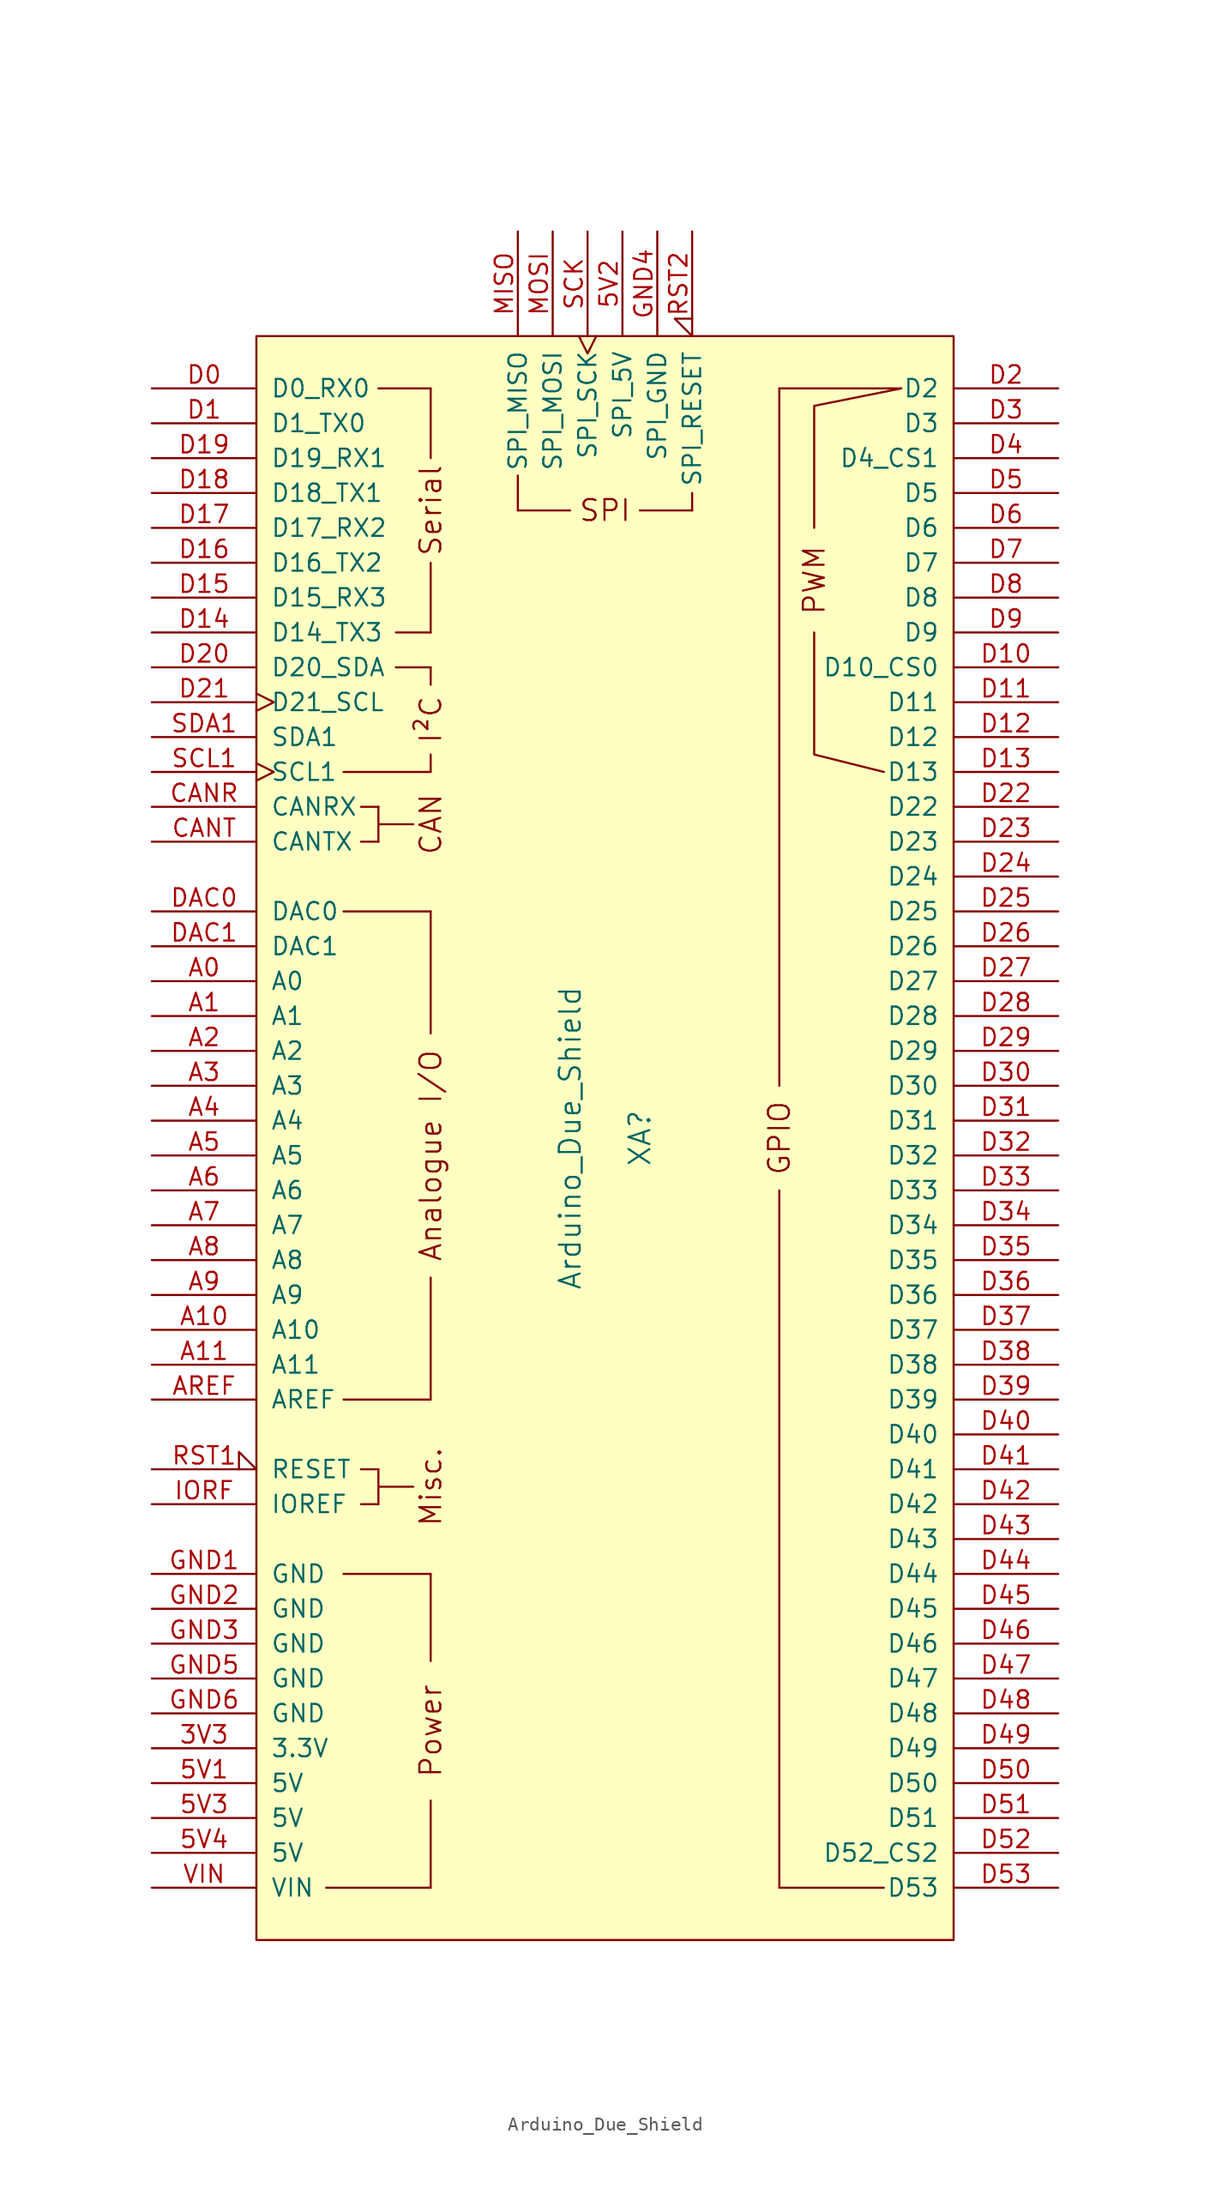
<source format=kicad_sym>
(kicad_symbol_lib
  (version 20231120)
  (generator "kicad_symbol_editor")
  (generator_version "8.0")
  (symbol "Arduino_Due_Shield"
    (pin_names
      (offset 1.016))
    (property "Reference" "XA"
      (at 2.54 0 90)
      (effects (font (size 1.524 1.524))))
    (property "Value" "Arduino_Due_Shield"
      (at -2.54 0 90)
      (effects (font (size 1.524 1.524))))
    (symbol "Arduino_Due_Shield_0_0"
      (rectangle (start -25.4 -58.42) (end 25.4 58.42) (stroke (width 0) (type solid)) (fill (type background)))
      (rectangle (start -20.32 -54.61) (end -12.7 -54.61) (stroke (width 0) (type solid)) (fill (type none)))
      (rectangle (start -19.05 -31.75) (end -12.7 -31.75) (stroke (width 0) (type solid)) (fill (type none)))
      (rectangle (start -19.05 -19.05) (end -12.7 -19.05) (stroke (width 0) (type solid)) (fill (type none)))
      (rectangle (start -19.05 16.51) (end -12.7 16.51) (stroke (width 0) (type solid)) (fill (type none)))
      (rectangle (start -19.05 26.67) (end -12.7 26.67) (stroke (width 0) (type solid)) (fill (type none)))
      (rectangle (start -17.78 -26.67) (end -16.51 -26.67) (stroke (width 0) (type solid)) (fill (type none)))
      (rectangle (start -17.78 -24.13) (end -16.51 -24.13) (stroke (width 0) (type solid)) (fill (type none)))
      (rectangle (start -17.78 21.59) (end -16.51 21.59) (stroke (width 0) (type solid)) (fill (type none)))
      (rectangle (start -17.78 24.13) (end -16.51 24.13) (stroke (width 0) (type solid)) (fill (type none)))
      (rectangle (start -16.51 -25.4) (end -13.97 -25.4) (stroke (width 0) (type solid)) (fill (type none)))
      (rectangle (start -16.51 -24.13) (end -16.51 -26.67) (stroke (width 0) (type solid)) (fill (type none)))
      (rectangle (start -16.51 22.86) (end -13.97 22.86) (stroke (width 0) (type solid)) (fill (type none)))
      (rectangle (start -16.51 24.13) (end -16.51 21.59) (stroke (width 0) (type solid)) (fill (type none)))
      (rectangle (start -16.51 54.61) (end -12.7 54.61) (stroke (width 0) (type solid)) (fill (type none)))
      (rectangle (start -15.24 34.29) (end -12.7 34.29) (stroke (width 0) (type solid)) (fill (type none)))
      (rectangle (start -15.24 36.83) (end -12.7 36.83) (stroke (width 0) (type solid)) (fill (type none)))
      (rectangle (start -12.7 -54.61) (end -12.7 -48.26) (stroke (width 0) (type solid)) (fill (type none)))
      (rectangle (start -12.7 -31.75) (end -12.7 -38.1) (stroke (width 0) (type solid)) (fill (type none)))
      (rectangle (start -12.7 -19.05) (end -12.7 -10.16) (stroke (width 0) (type solid)) (fill (type none)))
      (rectangle (start -12.7 16.51) (end -12.7 7.62) (stroke (width 0) (type solid)) (fill (type none)))
      (rectangle (start -12.7 26.67) (end -12.7 27.94) (stroke (width 0) (type solid)) (fill (type none)))
      (rectangle (start -12.7 34.29) (end -12.7 33.02) (stroke (width 0) (type solid)) (fill (type none)))
      (rectangle (start -12.7 41.91) (end -12.7 36.83) (stroke (width 0) (type solid)) (fill (type none)))
      (rectangle (start -12.7 49.53) (end -12.7 54.61) (stroke (width 0) (type solid)) (fill (type none)))
      (rectangle (start -6.35 48.26) (end -6.35 45.72) (stroke (width 0) (type solid)) (fill (type none)))
      (rectangle (start -2.54 45.72) (end -6.35 45.72) (stroke (width 0) (type solid)) (fill (type none)))
      (polyline (pts (xy 12.7 -54.61) (xy 20.32 -54.61)) (stroke (width 0) (type solid)) (fill (type none)))
      (polyline (pts (xy 21.59 54.61) (xy 12.7 54.61)) (stroke (width 0) (type solid)) (fill (type none)))
      (polyline (pts (xy 15.24 44.45) (xy 15.24 53.34) (xy 21.59 54.61)) (stroke (width 0) (type solid)) (fill (type none)))
      (polyline (pts (xy 20.32 26.67) (xy 15.24 27.94) (xy 15.24 36.83)) (stroke (width 0) (type solid)) (fill (type none)))
      (rectangle (start 6.35 45.72) (end 2.54 45.72) (stroke (width 0) (type solid)) (fill (type none)))
      (rectangle (start 6.35 46.99) (end 6.35 45.72) (stroke (width 0) (type solid)) (fill (type none)))
      (text "Analogue I/O" (at -12.7 -1.27 900) (effects (font (size 1.524 1.524))))
      (text "CAN" (at -12.7 22.86 900) (effects (font (size 1.524 1.524))))
      (text "I²C" (at -12.7 30.48 900) (effects (font (size 1.524 1.524))))
      (text "Misc." (at -12.7 -25.4 900) (effects (font (size 1.524 1.524))))
      (text "Power" (at -12.7 -43.18 900) (effects (font (size 1.524 1.524))))
      (text "PWM" (at 15.24 40.64 900) (effects (font (size 1.524 1.524))))
      (text "Serial" (at -12.7 45.72 900) (effects (font (size 1.524 1.524))))
      (text "SPI" (at 0 45.72 0) (effects (font (size 1.524 1.524)))))
    (symbol "Arduino_Due_Shield_1_0"
      (rectangle (start 12.7 -54.61) (end 12.7 -3.81) (stroke (width 0) (type solid)) (fill (type none)))
      (rectangle (start 12.7 54.61) (end 12.7 3.81) (stroke (width 0) (type solid)) (fill (type none)))
      (text "GPIO" (at 12.7 0 900) (effects (font (size 1.524 1.524)))))
    (symbol "Arduino_Due_Shield_1_1"
      (pin power_in line (at -33.02 -44.45 0) (length 7.62) (name "3.3V" (effects (font (size 1.27 1.27)))) (number "3V3" (effects (font (size 1.27 1.27)))))
      (pin power_in line (at -33.02 -46.99 0) (length 7.62) (name "5V" (effects (font (size 1.27 1.27)))) (number "5V1" (effects (font (size 1.27 1.27)))))
      (pin power_in line (at 1.27 66.04 270) (length 7.62) (name "SPI_5V" (effects (font (size 1.27 1.27)))) (number "5V2" (effects (font (size 1.27 1.27)))))
      (pin power_in line (at -33.02 -49.53 0) (length 7.62) (name "5V" (effects (font (size 1.27 1.27)))) (number "5V3" (effects (font (size 1.27 1.27)))))
      (pin power_in line (at -33.02 -52.07 0) (length 7.62) (name "5V" (effects (font (size 1.27 1.27)))) (number "5V4" (effects (font (size 1.27 1.27)))))
      (pin bidirectional line (at -33.02 11.43 0) (length 7.62) (name "A0" (effects (font (size 1.27 1.27)))) (number "A0" (effects (font (size 1.27 1.27)))))
      (pin bidirectional line (at -33.02 8.89 0) (length 7.62) (name "A1" (effects (font (size 1.27 1.27)))) (number "A1" (effects (font (size 1.27 1.27)))))
      (pin bidirectional line (at -33.02 -13.97 0) (length 7.62) (name "A10" (effects (font (size 1.27 1.27)))) (number "A10" (effects (font (size 1.27 1.27)))))
      (pin bidirectional line (at -33.02 -16.51 0) (length 7.62) (name "A11" (effects (font (size 1.27 1.27)))) (number "A11" (effects (font (size 1.27 1.27)))))
      (pin bidirectional line (at -33.02 6.35 0) (length 7.62) (name "A2" (effects (font (size 1.27 1.27)))) (number "A2" (effects (font (size 1.27 1.27)))))
      (pin bidirectional line (at -33.02 3.81 0) (length 7.62) (name "A3" (effects (font (size 1.27 1.27)))) (number "A3" (effects (font (size 1.27 1.27)))))
      (pin bidirectional line (at -33.02 1.27 0) (length 7.62) (name "A4" (effects (font (size 1.27 1.27)))) (number "A4" (effects (font (size 1.27 1.27)))))
      (pin bidirectional line (at -33.02 -1.27 0) (length 7.62) (name "A5" (effects (font (size 1.27 1.27)))) (number "A5" (effects (font (size 1.27 1.27)))))
      (pin bidirectional line (at -33.02 -3.81 0) (length 7.62) (name "A6" (effects (font (size 1.27 1.27)))) (number "A6" (effects (font (size 1.27 1.27)))))
      (pin bidirectional line (at -33.02 -6.35 0) (length 7.62) (name "A7" (effects (font (size 1.27 1.27)))) (number "A7" (effects (font (size 1.27 1.27)))))
      (pin bidirectional line (at -33.02 -8.89 0) (length 7.62) (name "A8" (effects (font (size 1.27 1.27)))) (number "A8" (effects (font (size 1.27 1.27)))))
      (pin bidirectional line (at -33.02 -11.43 0) (length 7.62) (name "A9" (effects (font (size 1.27 1.27)))) (number "A9" (effects (font (size 1.27 1.27)))))
      (pin input line (at -33.02 -19.05 0) (length 7.62) (name "AREF" (effects (font (size 1.27 1.27)))) (number "AREF" (effects (font (size 1.27 1.27)))))
      (pin bidirectional line (at -33.02 24.13 0) (length 7.62) (name "CANRX" (effects (font (size 1.27 1.27)))) (number "CANR" (effects (font (size 1.27 1.27)))))
      (pin bidirectional line (at -33.02 21.59 0) (length 7.62) (name "CANTX" (effects (font (size 1.27 1.27)))) (number "CANT" (effects (font (size 1.27 1.27)))))
      (pin bidirectional line (at -33.02 54.61 0) (length 7.62) (name "D0_RX0" (effects (font (size 1.27 1.27)))) (number "D0" (effects (font (size 1.27 1.27)))))
      (pin bidirectional line (at -33.02 52.07 0) (length 7.62) (name "D1_TX0" (effects (font (size 1.27 1.27)))) (number "D1" (effects (font (size 1.27 1.27)))))
      (pin bidirectional line (at 33.02 34.29 180) (length 7.62) (name "D10_CS0" (effects (font (size 1.27 1.27)))) (number "D10" (effects (font (size 1.27 1.27)))))
      (pin bidirectional line (at 33.02 31.75 180) (length 7.62) (name "D11" (effects (font (size 1.27 1.27)))) (number "D11" (effects (font (size 1.27 1.27)))))
      (pin bidirectional line (at 33.02 29.21 180) (length 7.62) (name "D12" (effects (font (size 1.27 1.27)))) (number "D12" (effects (font (size 1.27 1.27)))))
      (pin bidirectional line (at 33.02 26.67 180) (length 7.62) (name "D13" (effects (font (size 1.27 1.27)))) (number "D13" (effects (font (size 1.27 1.27)))))
      (pin bidirectional line (at -33.02 36.83 0) (length 7.62) (name "D14_TX3" (effects (font (size 1.27 1.27)))) (number "D14" (effects (font (size 1.27 1.27)))))
      (pin bidirectional line (at -33.02 39.37 0) (length 7.62) (name "D15_RX3" (effects (font (size 1.27 1.27)))) (number "D15" (effects (font (size 1.27 1.27)))))
      (pin bidirectional line (at -33.02 41.91 0) (length 7.62) (name "D16_TX2" (effects (font (size 1.27 1.27)))) (number "D16" (effects (font (size 1.27 1.27)))))
      (pin bidirectional line (at -33.02 44.45 0) (length 7.62) (name "D17_RX2" (effects (font (size 1.27 1.27)))) (number "D17" (effects (font (size 1.27 1.27)))))
      (pin bidirectional line (at -33.02 46.99 0) (length 7.62) (name "D18_TX1" (effects (font (size 1.27 1.27)))) (number "D18" (effects (font (size 1.27 1.27)))))
      (pin bidirectional line (at -33.02 49.53 0) (length 7.62) (name "D19_RX1" (effects (font (size 1.27 1.27)))) (number "D19" (effects (font (size 1.27 1.27)))))
      (pin bidirectional line (at 33.02 54.61 180) (length 7.62) (name "D2" (effects (font (size 1.27 1.27)))) (number "D2" (effects (font (size 1.27 1.27)))))
      (pin bidirectional line (at -33.02 34.29 0) (length 7.62) (name "D20_SDA" (effects (font (size 1.27 1.27)))) (number "D20" (effects (font (size 1.27 1.27)))))
      (pin bidirectional clock (at -33.02 31.75 0) (length 7.62) (name "D21_SCL" (effects (font (size 1.27 1.27)))) (number "D21" (effects (font (size 1.27 1.27)))))
      (pin bidirectional line (at 33.02 24.13 180) (length 7.62) (name "D22" (effects (font (size 1.27 1.27)))) (number "D22" (effects (font (size 1.27 1.27)))))
      (pin bidirectional line (at 33.02 21.59 180) (length 7.62) (name "D23" (effects (font (size 1.27 1.27)))) (number "D23" (effects (font (size 1.27 1.27)))))
      (pin bidirectional line (at 33.02 19.05 180) (length 7.62) (name "D24" (effects (font (size 1.27 1.27)))) (number "D24" (effects (font (size 1.27 1.27)))))
      (pin bidirectional line (at 33.02 16.51 180) (length 7.62) (name "D25" (effects (font (size 1.27 1.27)))) (number "D25" (effects (font (size 1.27 1.27)))))
      (pin bidirectional line (at 33.02 13.97 180) (length 7.62) (name "D26" (effects (font (size 1.27 1.27)))) (number "D26" (effects (font (size 1.27 1.27)))))
      (pin bidirectional line (at 33.02 11.43 180) (length 7.62) (name "D27" (effects (font (size 1.27 1.27)))) (number "D27" (effects (font (size 1.27 1.27)))))
      (pin bidirectional line (at 33.02 8.89 180) (length 7.62) (name "D28" (effects (font (size 1.27 1.27)))) (number "D28" (effects (font (size 1.27 1.27)))))
      (pin bidirectional line (at 33.02 6.35 180) (length 7.62) (name "D29" (effects (font (size 1.27 1.27)))) (number "D29" (effects (font (size 1.27 1.27)))))
      (pin bidirectional line (at 33.02 52.07 180) (length 7.62) (name "D3" (effects (font (size 1.27 1.27)))) (number "D3" (effects (font (size 1.27 1.27)))))
      (pin bidirectional line (at 33.02 3.81 180) (length 7.62) (name "D30" (effects (font (size 1.27 1.27)))) (number "D30" (effects (font (size 1.27 1.27)))))
      (pin bidirectional line (at 33.02 1.27 180) (length 7.62) (name "D31" (effects (font (size 1.27 1.27)))) (number "D31" (effects (font (size 1.27 1.27)))))
      (pin bidirectional line (at 33.02 -1.27 180) (length 7.62) (name "D32" (effects (font (size 1.27 1.27)))) (number "D32" (effects (font (size 1.27 1.27)))))
      (pin bidirectional line (at 33.02 -3.81 180) (length 7.62) (name "D33" (effects (font (size 1.27 1.27)))) (number "D33" (effects (font (size 1.27 1.27)))))
      (pin bidirectional line (at 33.02 -6.35 180) (length 7.62) (name "D34" (effects (font (size 1.27 1.27)))) (number "D34" (effects (font (size 1.27 1.27)))))
      (pin bidirectional line (at 33.02 -8.89 180) (length 7.62) (name "D35" (effects (font (size 1.27 1.27)))) (number "D35" (effects (font (size 1.27 1.27)))))
      (pin bidirectional line (at 33.02 -11.43 180) (length 7.62) (name "D36" (effects (font (size 1.27 1.27)))) (number "D36" (effects (font (size 1.27 1.27)))))
      (pin bidirectional line (at 33.02 -13.97 180) (length 7.62) (name "D37" (effects (font (size 1.27 1.27)))) (number "D37" (effects (font (size 1.27 1.27)))))
      (pin bidirectional line (at 33.02 -16.51 180) (length 7.62) (name "D38" (effects (font (size 1.27 1.27)))) (number "D38" (effects (font (size 1.27 1.27)))))
      (pin bidirectional line (at 33.02 -19.05 180) (length 7.62) (name "D39" (effects (font (size 1.27 1.27)))) (number "D39" (effects (font (size 1.27 1.27)))))
      (pin bidirectional line (at 33.02 49.53 180) (length 7.62) (name "D4_CS1" (effects (font (size 1.27 1.27)))) (number "D4" (effects (font (size 1.27 1.27)))))
      (pin bidirectional line (at 33.02 -21.59 180) (length 7.62) (name "D40" (effects (font (size 1.27 1.27)))) (number "D40" (effects (font (size 1.27 1.27)))))
      (pin bidirectional line (at 33.02 -24.13 180) (length 7.62) (name "D41" (effects (font (size 1.27 1.27)))) (number "D41" (effects (font (size 1.27 1.27)))))
      (pin bidirectional line (at 33.02 -26.67 180) (length 7.62) (name "D42" (effects (font (size 1.27 1.27)))) (number "D42" (effects (font (size 1.27 1.27)))))
      (pin bidirectional line (at 33.02 -29.21 180) (length 7.62) (name "D43" (effects (font (size 1.27 1.27)))) (number "D43" (effects (font (size 1.27 1.27)))))
      (pin bidirectional line (at 33.02 -31.75 180) (length 7.62) (name "D44" (effects (font (size 1.27 1.27)))) (number "D44" (effects (font (size 1.27 1.27)))))
      (pin bidirectional line (at 33.02 -34.29 180) (length 7.62) (name "D45" (effects (font (size 1.27 1.27)))) (number "D45" (effects (font (size 1.27 1.27)))))
      (pin bidirectional line (at 33.02 -36.83 180) (length 7.62) (name "D46" (effects (font (size 1.27 1.27)))) (number "D46" (effects (font (size 1.27 1.27)))))
      (pin bidirectional line (at 33.02 -39.37 180) (length 7.62) (name "D47" (effects (font (size 1.27 1.27)))) (number "D47" (effects (font (size 1.27 1.27)))))
      (pin bidirectional line (at 33.02 -41.91 180) (length 7.62) (name "D48" (effects (font (size 1.27 1.27)))) (number "D48" (effects (font (size 1.27 1.27)))))
      (pin bidirectional line (at 33.02 -44.45 180) (length 7.62) (name "D49" (effects (font (size 1.27 1.27)))) (number "D49" (effects (font (size 1.27 1.27)))))
      (pin bidirectional line (at 33.02 46.99 180) (length 7.62) (name "D5" (effects (font (size 1.27 1.27)))) (number "D5" (effects (font (size 1.27 1.27)))))
      (pin bidirectional line (at 33.02 -46.99 180) (length 7.62) (name "D50" (effects (font (size 1.27 1.27)))) (number "D50" (effects (font (size 1.27 1.27)))))
      (pin bidirectional line (at 33.02 -49.53 180) (length 7.62) (name "D51" (effects (font (size 1.27 1.27)))) (number "D51" (effects (font (size 1.27 1.27)))))
      (pin bidirectional line (at 33.02 -52.07 180) (length 7.62) (name "D52_CS2" (effects (font (size 1.27 1.27)))) (number "D52" (effects (font (size 1.27 1.27)))))
      (pin bidirectional line (at 33.02 -54.61 180) (length 7.62) (name "D53" (effects (font (size 1.27 1.27)))) (number "D53" (effects (font (size 1.27 1.27)))))
      (pin bidirectional line (at 33.02 44.45 180) (length 7.62) (name "D6" (effects (font (size 1.27 1.27)))) (number "D6" (effects (font (size 1.27 1.27)))))
      (pin bidirectional line (at 33.02 41.91 180) (length 7.62) (name "D7" (effects (font (size 1.27 1.27)))) (number "D7" (effects (font (size 1.27 1.27)))))
      (pin bidirectional line (at 33.02 39.37 180) (length 7.62) (name "D8" (effects (font (size 1.27 1.27)))) (number "D8" (effects (font (size 1.27 1.27)))))
      (pin bidirectional line (at 33.02 36.83 180) (length 7.62) (name "D9" (effects (font (size 1.27 1.27)))) (number "D9" (effects (font (size 1.27 1.27)))))
      (pin bidirectional line (at -33.02 16.51 0) (length 7.62) (name "DAC0" (effects (font (size 1.27 1.27)))) (number "DAC0" (effects (font (size 1.27 1.27)))))
      (pin bidirectional line (at -33.02 13.97 0) (length 7.62) (name "DAC1" (effects (font (size 1.27 1.27)))) (number "DAC1" (effects (font (size 1.27 1.27)))))
      (pin power_in line (at -33.02 -31.75 0) (length 7.62) (name "GND" (effects (font (size 1.27 1.27)))) (number "GND1" (effects (font (size 1.27 1.27)))))
      (pin power_in line (at -33.02 -34.29 0) (length 7.62) (name "GND" (effects (font (size 1.27 1.27)))) (number "GND2" (effects (font (size 1.27 1.27)))))
      (pin power_in line (at -33.02 -36.83 0) (length 7.62) (name "GND" (effects (font (size 1.27 1.27)))) (number "GND3" (effects (font (size 1.27 1.27)))))
      (pin power_in line (at 3.81 66.04 270) (length 7.62) (name "SPI_GND" (effects (font (size 1.27 1.27)))) (number "GND4" (effects (font (size 1.27 1.27)))))
      (pin power_in line (at -33.02 -39.37 0) (length 7.62) (name "GND" (effects (font (size 1.27 1.27)))) (number "GND5" (effects (font (size 1.27 1.27)))))
      (pin power_in line (at -33.02 -41.91 0) (length 7.62) (name "GND" (effects (font (size 1.27 1.27)))) (number "GND6" (effects (font (size 1.27 1.27)))))
      (pin output line (at -33.02 -26.67 0) (length 7.62) (name "IOREF" (effects (font (size 1.27 1.27)))) (number "IORF" (effects (font (size 1.27 1.27)))))
      (pin input line (at -6.35 66.04 270) (length 7.62) (name "SPI_MISO" (effects (font (size 1.27 1.27)))) (number "MISO" (effects (font (size 1.27 1.27)))))
      (pin output line (at -3.81 66.04 270) (length 7.62) (name "SPI_MOSI" (effects (font (size 1.27 1.27)))) (number "MOSI" (effects (font (size 1.27 1.27)))))
      (pin open_collector input_low (at -33.02 -24.13 0) (length 7.62) (name "RESET" (effects (font (size 1.27 1.27)))) (number "RST1" (effects (font (size 1.27 1.27)))))
      (pin open_collector input_low (at 6.35 66.04 270) (length 7.62) (name "SPI_RESET" (effects (font (size 1.27 1.27)))) (number "RST2" (effects (font (size 1.27 1.27)))))
      (pin output clock (at -1.27 66.04 270) (length 7.62) (name "SPI_SCK" (effects (font (size 1.27 1.27)))) (number "SCK" (effects (font (size 1.27 1.27)))))
      (pin bidirectional clock (at -33.02 26.67 0) (length 7.62) (name "SCL1" (effects (font (size 1.27 1.27)))) (number "SCL1" (effects (font (size 1.27 1.27)))))
      (pin bidirectional line (at -33.02 29.21 0) (length 7.62) (name "SDA1" (effects (font (size 1.27 1.27)))) (number "SDA1" (effects (font (size 1.27 1.27)))))
      (pin power_in line (at -33.02 -54.61 0) (length 7.62) (name "VIN" (effects (font (size 1.27 1.27)))) (number "VIN" (effects (font (size 1.27 1.27))))))))
</source>
